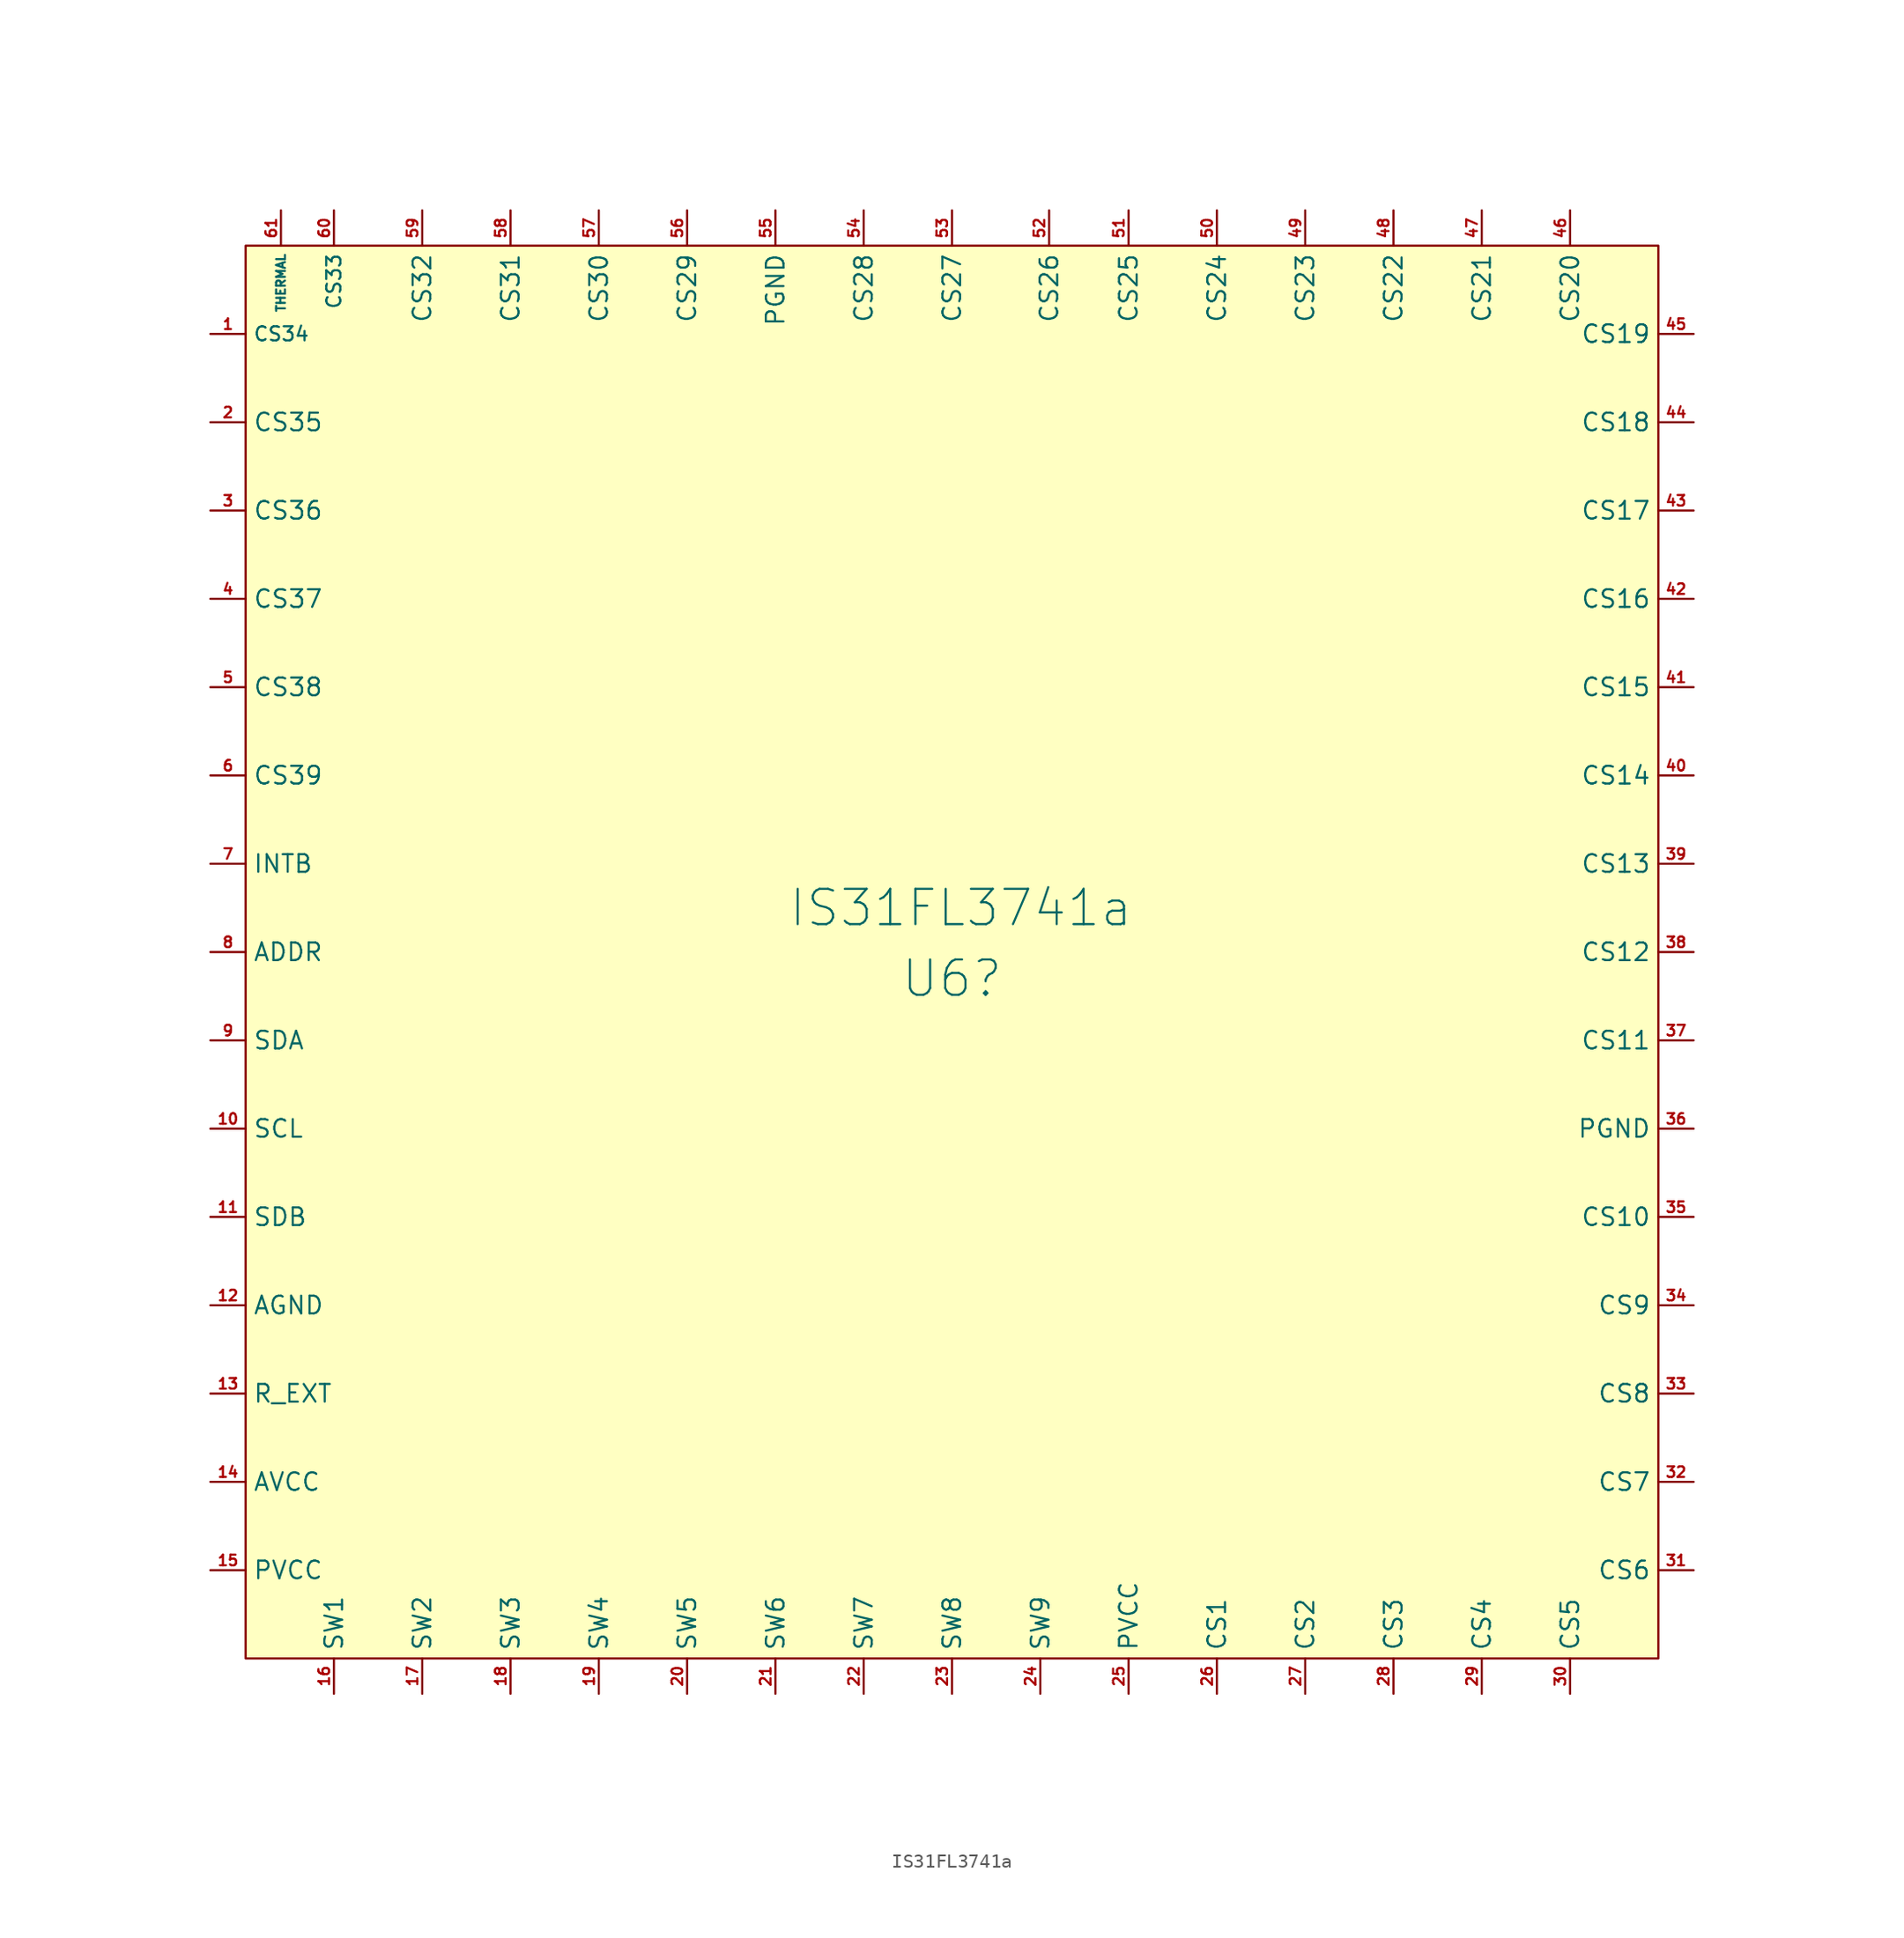
<source format=kicad_sym>
(kicad_symbol_lib
  (version 20211014)
  (generator kicad_symbol_editor)
  (symbol "IS31FL3741a"
    (property "Reference" "U6"
      (at 0 -1.905 0)
      (effects (font (size 2.54 2.54))))
    (property "Value" "IS31FL3741a"
      (at 0.635 3.175 0)
      (effects (font (size 2.54 2.54))))
    (symbol "IS31FL3741a_0_1"
      (rectangle (start -50.8 50.8) (end 50.8 -50.8) (stroke (width 0.152) (type default) (color 0 0 0 0)) (fill (type background))))
    (symbol "IS31FL3741a_1_1"
      (pin input line (at -53.34 44.45 0) (length 2.54) (name "CS34" (effects (font (size 1.016 1.016)))) (number "1" (effects (font (size 0.762 0.762)))))
      (pin input line (at -53.34 -12.7 0) (length 2.54) (name "SCL" (effects (font (size 1.27 1.27)))) (number "10" (effects (font (size 0.762 0.762)))))
      (pin input line (at -53.34 -19.05 0) (length 2.54) (name "SDB" (effects (font (size 1.27 1.27)))) (number "11" (effects (font (size 0.762 0.762)))))
      (pin power_in line (at -53.34 -25.4 0) (length 2.54) (name "AGND" (effects (font (size 1.27 1.27)))) (number "12" (effects (font (size 0.762 0.762)))))
      (pin input line (at -53.34 -31.75 0) (length 2.54) (name "R_EXT" (effects (font (size 1.27 1.27)))) (number "13" (effects (font (size 0.762 0.762)))))
      (pin power_in line (at -53.34 -38.1 0) (length 2.54) (name "AVCC" (effects (font (size 1.27 1.27)))) (number "14" (effects (font (size 0.762 0.762)))))
      (pin power_in line (at -53.34 -44.45 0) (length 2.54) (name "PVCC" (effects (font (size 1.27 1.27)))) (number "15" (effects (font (size 0.762 0.762)))))
      (pin output line (at -44.45 -53.34 90) (length 2.54) (name "SW1" (effects (font (size 1.27 1.27)))) (number "16" (effects (font (size 0.762 0.762)))))
      (pin output line (at -38.1 -53.34 90) (length 2.54) (name "SW2" (effects (font (size 1.27 1.27)))) (number "17" (effects (font (size 0.762 0.762)))))
      (pin output line (at -31.75 -53.34 90) (length 2.54) (name "SW3" (effects (font (size 1.27 1.27)))) (number "18" (effects (font (size 0.762 0.762)))))
      (pin output line (at -25.4 -53.34 90) (length 2.54) (name "SW4" (effects (font (size 1.27 1.27)))) (number "19" (effects (font (size 0.762 0.762)))))
      (pin input line (at -53.34 38.1 0) (length 2.54) (name "CS35" (effects (font (size 1.27 1.27)))) (number "2" (effects (font (size 0.762 0.762)))))
      (pin output line (at -19.05 -53.34 90) (length 2.54) (name "SW5" (effects (font (size 1.27 1.27)))) (number "20" (effects (font (size 0.762 0.762)))))
      (pin output line (at -12.7 -53.34 90) (length 2.54) (name "SW6" (effects (font (size 1.27 1.27)))) (number "21" (effects (font (size 0.762 0.762)))))
      (pin output line (at -6.35 -53.34 90) (length 2.54) (name "SW7" (effects (font (size 1.27 1.27)))) (number "22" (effects (font (size 0.762 0.762)))))
      (pin output line (at 0 -53.34 90) (length 2.54) (name "SW8" (effects (font (size 1.27 1.27)))) (number "23" (effects (font (size 0.762 0.762)))))
      (pin output line (at 6.35 -53.34 90) (length 2.54) (name "SW9" (effects (font (size 1.27 1.27)))) (number "24" (effects (font (size 0.762 0.762)))))
      (pin power_in line (at 12.7 -53.34 90) (length 2.54) (name "PVCC" (effects (font (size 1.27 1.27)))) (number "25" (effects (font (size 0.762 0.762)))))
      (pin input line (at 19.05 -53.34 90) (length 2.54) (name "CS1" (effects (font (size 1.27 1.27)))) (number "26" (effects (font (size 0.762 0.762)))))
      (pin input line (at 25.4 -53.34 90) (length 2.54) (name "CS2" (effects (font (size 1.27 1.27)))) (number "27" (effects (font (size 0.762 0.762)))))
      (pin input line (at 31.75 -53.34 90) (length 2.54) (name "CS3" (effects (font (size 1.27 1.27)))) (number "28" (effects (font (size 0.762 0.762)))))
      (pin input line (at 38.1 -53.34 90) (length 2.54) (name "CS4" (effects (font (size 1.27 1.27)))) (number "29" (effects (font (size 0.762 0.762)))))
      (pin input line (at -53.34 31.75 0) (length 2.54) (name "CS36" (effects (font (size 1.27 1.27)))) (number "3" (effects (font (size 0.762 0.762)))))
      (pin input line (at 44.45 -53.34 90) (length 2.54) (name "CS5" (effects (font (size 1.27 1.27)))) (number "30" (effects (font (size 0.762 0.762)))))
      (pin input line (at 53.34 -44.45 180) (length 2.54) (name "CS6" (effects (font (size 1.27 1.27)))) (number "31" (effects (font (size 0.762 0.762)))))
      (pin input line (at 53.34 -38.1 180) (length 2.54) (name "CS7" (effects (font (size 1.27 1.27)))) (number "32" (effects (font (size 0.762 0.762)))))
      (pin input line (at 53.34 -31.75 180) (length 2.54) (name "CS8" (effects (font (size 1.27 1.27)))) (number "33" (effects (font (size 0.762 0.762)))))
      (pin input line (at 53.34 -25.4 180) (length 2.54) (name "CS9" (effects (font (size 1.27 1.27)))) (number "34" (effects (font (size 0.762 0.762)))))
      (pin input line (at 53.34 -19.05 180) (length 2.54) (name "CS10" (effects (font (size 1.27 1.27)))) (number "35" (effects (font (size 0.762 0.762)))))
      (pin power_in line (at 53.34 -12.7 180) (length 2.54) (name "PGND" (effects (font (size 1.27 1.27)))) (number "36" (effects (font (size 0.762 0.762)))))
      (pin input line (at 53.34 -6.35 180) (length 2.54) (name "CS11" (effects (font (size 1.27 1.27)))) (number "37" (effects (font (size 0.762 0.762)))))
      (pin input line (at 53.34 0 180) (length 2.54) (name "CS12" (effects (font (size 1.27 1.27)))) (number "38" (effects (font (size 0.762 0.762)))))
      (pin input line (at 53.34 6.35 180) (length 2.54) (name "CS13" (effects (font (size 1.27 1.27)))) (number "39" (effects (font (size 0.762 0.762)))))
      (pin input line (at -53.34 25.4 0) (length 2.54) (name "CS37" (effects (font (size 1.27 1.27)))) (number "4" (effects (font (size 0.762 0.762)))))
      (pin input line (at 53.34 12.7 180) (length 2.54) (name "CS14" (effects (font (size 1.27 1.27)))) (number "40" (effects (font (size 0.762 0.762)))))
      (pin input line (at 53.34 19.05 180) (length 2.54) (name "CS15" (effects (font (size 1.27 1.27)))) (number "41" (effects (font (size 0.762 0.762)))))
      (pin input line (at 53.34 25.4 180) (length 2.54) (name "CS16" (effects (font (size 1.27 1.27)))) (number "42" (effects (font (size 0.762 0.762)))))
      (pin input line (at 53.34 31.75 180) (length 2.54) (name "CS17" (effects (font (size 1.27 1.27)))) (number "43" (effects (font (size 0.762 0.762)))))
      (pin input line (at 53.34 38.1 180) (length 2.54) (name "CS18" (effects (font (size 1.27 1.27)))) (number "44" (effects (font (size 0.762 0.762)))))
      (pin input line (at 53.34 44.45 180) (length 2.54) (name "CS19" (effects (font (size 1.27 1.27)))) (number "45" (effects (font (size 0.762 0.762)))))
      (pin input line (at 44.45 53.34 270) (length 2.54) (name "CS20" (effects (font (size 1.27 1.27)))) (number "46" (effects (font (size 0.762 0.762)))))
      (pin input line (at 38.1 53.34 270) (length 2.54) (name "CS21" (effects (font (size 1.27 1.27)))) (number "47" (effects (font (size 0.762 0.762)))))
      (pin input line (at 31.75 53.34 270) (length 2.54) (name "CS22" (effects (font (size 1.27 1.27)))) (number "48" (effects (font (size 0.762 0.762)))))
      (pin input line (at 25.4 53.34 270) (length 2.54) (name "CS23" (effects (font (size 1.27 1.27)))) (number "49" (effects (font (size 0.762 0.762)))))
      (pin input line (at -53.34 19.05 0) (length 2.54) (name "CS38" (effects (font (size 1.27 1.27)))) (number "5" (effects (font (size 0.762 0.762)))))
      (pin input line (at 19.05 53.34 270) (length 2.54) (name "CS24" (effects (font (size 1.27 1.27)))) (number "50" (effects (font (size 0.762 0.762)))))
      (pin input line (at 12.7 53.34 270) (length 2.54) (name "CS25" (effects (font (size 1.27 1.27)))) (number "51" (effects (font (size 0.762 0.762)))))
      (pin input line (at 6.985 53.34 270) (length 2.54) (name "CS26" (effects (font (size 1.27 1.27)))) (number "52" (effects (font (size 0.762 0.762)))))
      (pin input line (at 0 53.34 270) (length 2.54) (name "CS27" (effects (font (size 1.27 1.27)))) (number "53" (effects (font (size 0.762 0.762)))))
      (pin input line (at -6.35 53.34 270) (length 2.54) (name "CS28" (effects (font (size 1.27 1.27)))) (number "54" (effects (font (size 0.762 0.762)))))
      (pin power_in line (at -12.7 53.34 270) (length 2.54) (name "PGND" (effects (font (size 1.27 1.27)))) (number "55" (effects (font (size 0.762 0.762)))))
      (pin input line (at -19.05 53.34 270) (length 2.54) (name "CS29" (effects (font (size 1.27 1.27)))) (number "56" (effects (font (size 0.762 0.762)))))
      (pin input line (at -25.4 53.34 270) (length 2.54) (name "CS30" (effects (font (size 1.27 1.27)))) (number "57" (effects (font (size 0.762 0.762)))))
      (pin input line (at -31.75 53.34 270) (length 2.54) (name "CS31" (effects (font (size 1.27 1.27)))) (number "58" (effects (font (size 0.762 0.762)))))
      (pin input line (at -38.1 53.34 270) (length 2.54) (name "CS32" (effects (font (size 1.27 1.27)))) (number "59" (effects (font (size 0.762 0.762)))))
      (pin input line (at -53.34 12.7 0) (length 2.54) (name "CS39" (effects (font (size 1.27 1.27)))) (number "6" (effects (font (size 0.762 0.762)))))
      (pin input line (at -44.45 53.34 270) (length 2.54) (name "CS33" (effects (font (size 1.016 1.016)))) (number "60" (effects (font (size 0.762 0.762)))))
      (pin input line (at -48.26 53.34 270) (length 2.54) (name "THERMAL" (effects (font (size 0.635 0.635)))) (number "61" (effects (font (size 0.762 0.762)))))
      (pin input line (at -53.34 6.35 0) (length 2.54) (name "INTB" (effects (font (size 1.27 1.27)))) (number "7" (effects (font (size 0.762 0.762)))))
      (pin input line (at -53.34 0 0) (length 2.54) (name "ADDR" (effects (font (size 1.27 1.27)))) (number "8" (effects (font (size 0.762 0.762)))))
      (pin bidirectional line (at -53.34 -6.35 0) (length 2.54) (name "SDA" (effects (font (size 1.27 1.27)))) (number "9" (effects (font (size 0.762 0.762))))))))
</source>
